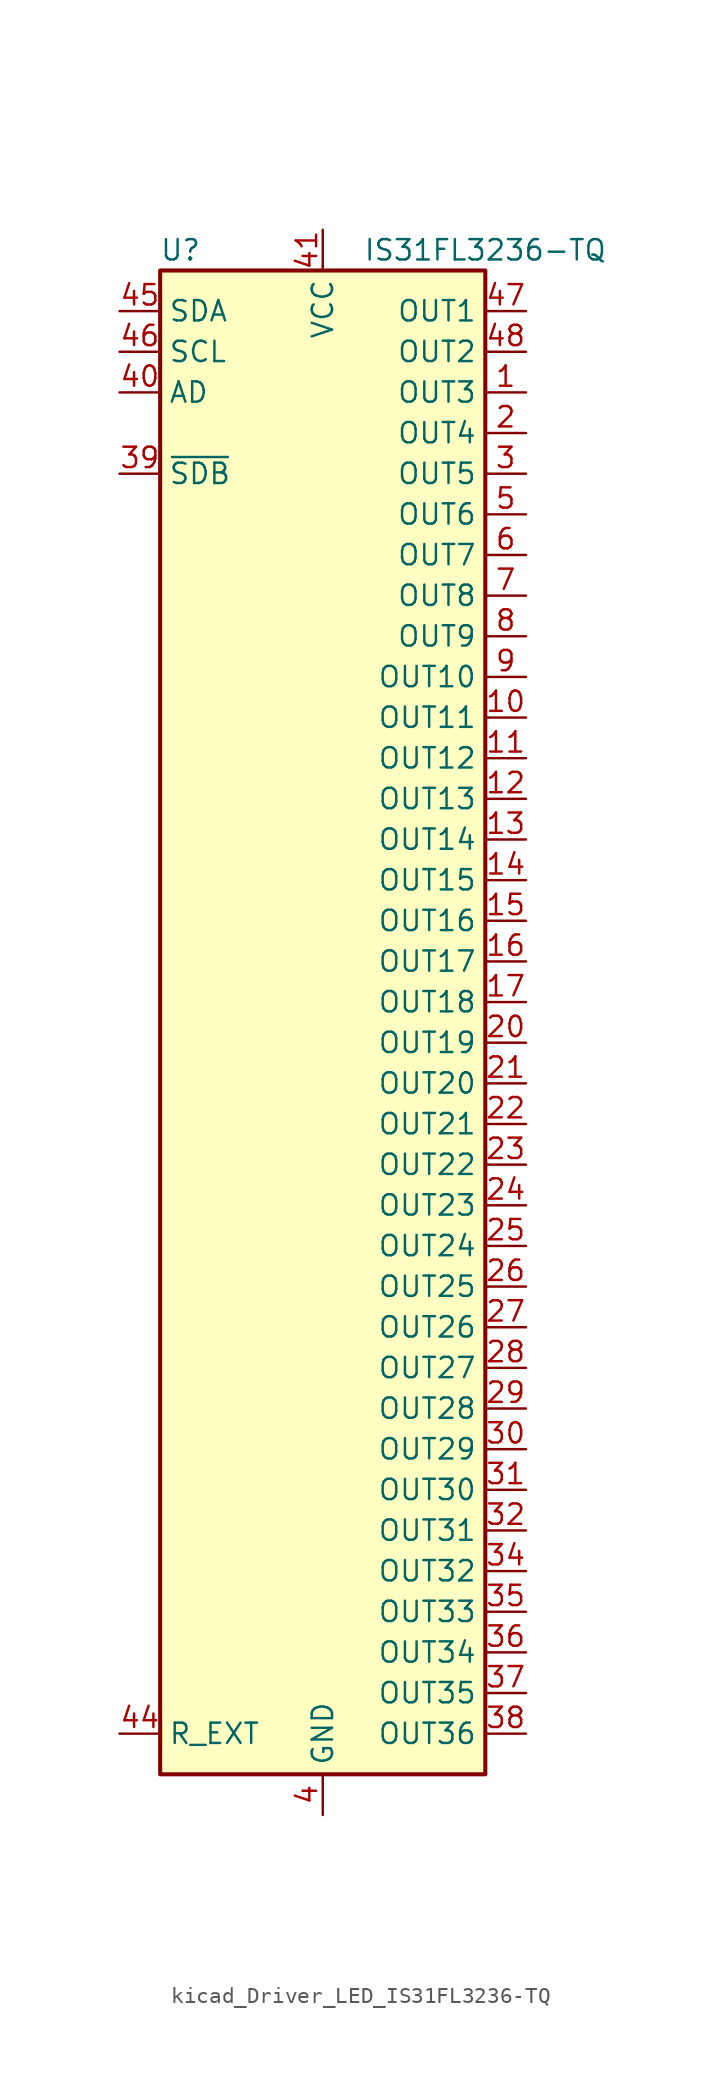
<source format=kicad_sym>
(kicad_symbol_lib
  (version 20220914)
  (generator kicad_symbol_editor)
  (symbol "kicad_Driver_LED_IS31FL3236-TQ"
    (property "Reference" "U"
      (at -8.89 46.99 0)
      (effects (font (size 1.27 1.27))))
    (property "Value" "IS31FL3236-TQ"
      (at 10.16 46.99 0)
      (effects (font (size 1.27 1.27))))
    (symbol "kicad_Driver_LED_IS31FL3236-TQ_0_1"
      (rectangle (start -10.16 45.72) (end 10.16 -48.26) (stroke (width 0.254) (type default)) (fill (type background))))
    (symbol "kicad_Driver_LED_IS31FL3236-TQ_1_1"
      (pin output line (at 12.7 38.1 180) (length 2.54) (name "OUT3" (effects (font (size 1.27 1.27)))) (number "1" (effects (font (size 1.27 1.27)))))
      (pin output line (at 12.7 17.78 180) (length 2.54) (name "OUT11" (effects (font (size 1.27 1.27)))) (number "10" (effects (font (size 1.27 1.27)))))
      (pin output line (at 12.7 15.24 180) (length 2.54) (name "OUT12" (effects (font (size 1.27 1.27)))) (number "11" (effects (font (size 1.27 1.27)))))
      (pin output line (at 12.7 12.7 180) (length 2.54) (name "OUT13" (effects (font (size 1.27 1.27)))) (number "12" (effects (font (size 1.27 1.27)))))
      (pin output line (at 12.7 10.16 180) (length 2.54) (name "OUT14" (effects (font (size 1.27 1.27)))) (number "13" (effects (font (size 1.27 1.27)))))
      (pin output line (at 12.7 7.62 180) (length 2.54) (name "OUT15" (effects (font (size 1.27 1.27)))) (number "14" (effects (font (size 1.27 1.27)))))
      (pin output line (at 12.7 5.08 180) (length 2.54) (name "OUT16" (effects (font (size 1.27 1.27)))) (number "15" (effects (font (size 1.27 1.27)))))
      (pin output line (at 12.7 2.54 180) (length 2.54) (name "OUT17" (effects (font (size 1.27 1.27)))) (number "16" (effects (font (size 1.27 1.27)))))
      (pin output line (at 12.7 0 180) (length 2.54) (name "OUT18" (effects (font (size 1.27 1.27)))) (number "17" (effects (font (size 1.27 1.27)))))
      (pin passive line (at 0 -50.8 90) (length 2.54) hide (name "GND" (effects (font (size 1.27 1.27)))) (number "18" (effects (font (size 1.27 1.27)))))
      (pin passive line (at 0 -50.8 90) (length 2.54) hide (name "GND" (effects (font (size 1.27 1.27)))) (number "19" (effects (font (size 1.27 1.27)))))
      (pin output line (at 12.7 35.56 180) (length 2.54) (name "OUT4" (effects (font (size 1.27 1.27)))) (number "2" (effects (font (size 1.27 1.27)))))
      (pin output line (at 12.7 -2.54 180) (length 2.54) (name "OUT19" (effects (font (size 1.27 1.27)))) (number "20" (effects (font (size 1.27 1.27)))))
      (pin output line (at 12.7 -5.08 180) (length 2.54) (name "OUT20" (effects (font (size 1.27 1.27)))) (number "21" (effects (font (size 1.27 1.27)))))
      (pin output line (at 12.7 -7.62 180) (length 2.54) (name "OUT21" (effects (font (size 1.27 1.27)))) (number "22" (effects (font (size 1.27 1.27)))))
      (pin output line (at 12.7 -10.16 180) (length 2.54) (name "OUT22" (effects (font (size 1.27 1.27)))) (number "23" (effects (font (size 1.27 1.27)))))
      (pin output line (at 12.7 -12.7 180) (length 2.54) (name "OUT23" (effects (font (size 1.27 1.27)))) (number "24" (effects (font (size 1.27 1.27)))))
      (pin output line (at 12.7 -15.24 180) (length 2.54) (name "OUT24" (effects (font (size 1.27 1.27)))) (number "25" (effects (font (size 1.27 1.27)))))
      (pin output line (at 12.7 -17.78 180) (length 2.54) (name "OUT25" (effects (font (size 1.27 1.27)))) (number "26" (effects (font (size 1.27 1.27)))))
      (pin output line (at 12.7 -20.32 180) (length 2.54) (name "OUT26" (effects (font (size 1.27 1.27)))) (number "27" (effects (font (size 1.27 1.27)))))
      (pin output line (at 12.7 -22.86 180) (length 2.54) (name "OUT27" (effects (font (size 1.27 1.27)))) (number "28" (effects (font (size 1.27 1.27)))))
      (pin output line (at 12.7 -25.4 180) (length 2.54) (name "OUT28" (effects (font (size 1.27 1.27)))) (number "29" (effects (font (size 1.27 1.27)))))
      (pin output line (at 12.7 33.02 180) (length 2.54) (name "OUT5" (effects (font (size 1.27 1.27)))) (number "3" (effects (font (size 1.27 1.27)))))
      (pin output line (at 12.7 -27.94 180) (length 2.54) (name "OUT29" (effects (font (size 1.27 1.27)))) (number "30" (effects (font (size 1.27 1.27)))))
      (pin output line (at 12.7 -30.48 180) (length 2.54) (name "OUT30" (effects (font (size 1.27 1.27)))) (number "31" (effects (font (size 1.27 1.27)))))
      (pin output line (at 12.7 -33.02 180) (length 2.54) (name "OUT31" (effects (font (size 1.27 1.27)))) (number "32" (effects (font (size 1.27 1.27)))))
      (pin passive line (at 0 -50.8 90) (length 2.54) hide (name "GND" (effects (font (size 1.27 1.27)))) (number "33" (effects (font (size 1.27 1.27)))))
      (pin output line (at 12.7 -35.56 180) (length 2.54) (name "OUT32" (effects (font (size 1.27 1.27)))) (number "34" (effects (font (size 1.27 1.27)))))
      (pin output line (at 12.7 -38.1 180) (length 2.54) (name "OUT33" (effects (font (size 1.27 1.27)))) (number "35" (effects (font (size 1.27 1.27)))))
      (pin output line (at 12.7 -40.64 180) (length 2.54) (name "OUT34" (effects (font (size 1.27 1.27)))) (number "36" (effects (font (size 1.27 1.27)))))
      (pin output line (at 12.7 -43.18 180) (length 2.54) (name "OUT35" (effects (font (size 1.27 1.27)))) (number "37" (effects (font (size 1.27 1.27)))))
      (pin output line (at 12.7 -45.72 180) (length 2.54) (name "OUT36" (effects (font (size 1.27 1.27)))) (number "38" (effects (font (size 1.27 1.27)))))
      (pin input line (at -12.7 33.02 0) (length 2.54) (name "~{SDB}" (effects (font (size 1.27 1.27)))) (number "39" (effects (font (size 1.27 1.27)))))
      (pin power_in line (at 0 -50.8 90) (length 2.54) (name "GND" (effects (font (size 1.27 1.27)))) (number "4" (effects (font (size 1.27 1.27)))))
      (pin input line (at -12.7 38.1 0) (length 2.54) (name "AD" (effects (font (size 1.27 1.27)))) (number "40" (effects (font (size 1.27 1.27)))))
      (pin power_in line (at 0 48.26 270) (length 2.54) (name "VCC" (effects (font (size 1.27 1.27)))) (number "41" (effects (font (size 1.27 1.27)))))
      (pin passive line (at 0 -50.8 90) (length 2.54) hide (name "GND" (effects (font (size 1.27 1.27)))) (number "42" (effects (font (size 1.27 1.27)))))
      (pin passive line (at 0 -50.8 90) (length 2.54) hide (name "GND" (effects (font (size 1.27 1.27)))) (number "43" (effects (font (size 1.27 1.27)))))
      (pin passive line (at -12.7 -45.72 0) (length 2.54) (name "R_EXT" (effects (font (size 1.27 1.27)))) (number "44" (effects (font (size 1.27 1.27)))))
      (pin open_collector line (at -12.7 43.18 0) (length 2.54) (name "SDA" (effects (font (size 1.27 1.27)))) (number "45" (effects (font (size 1.27 1.27)))))
      (pin input line (at -12.7 40.64 0) (length 2.54) (name "SCL" (effects (font (size 1.27 1.27)))) (number "46" (effects (font (size 1.27 1.27)))))
      (pin output line (at 12.7 43.18 180) (length 2.54) (name "OUT1" (effects (font (size 1.27 1.27)))) (number "47" (effects (font (size 1.27 1.27)))))
      (pin output line (at 12.7 40.64 180) (length 2.54) (name "OUT2" (effects (font (size 1.27 1.27)))) (number "48" (effects (font (size 1.27 1.27)))))
      (pin passive line (at 0 -50.8 90) (length 2.54) hide (name "GND" (effects (font (size 1.27 1.27)))) (number "49" (effects (font (size 1.27 1.27)))))
      (pin output line (at 12.7 30.48 180) (length 2.54) (name "OUT6" (effects (font (size 1.27 1.27)))) (number "5" (effects (font (size 1.27 1.27)))))
      (pin output line (at 12.7 27.94 180) (length 2.54) (name "OUT7" (effects (font (size 1.27 1.27)))) (number "6" (effects (font (size 1.27 1.27)))))
      (pin output line (at 12.7 25.4 180) (length 2.54) (name "OUT8" (effects (font (size 1.27 1.27)))) (number "7" (effects (font (size 1.27 1.27)))))
      (pin output line (at 12.7 22.86 180) (length 2.54) (name "OUT9" (effects (font (size 1.27 1.27)))) (number "8" (effects (font (size 1.27 1.27)))))
      (pin output line (at 12.7 20.32 180) (length 2.54) (name "OUT10" (effects (font (size 1.27 1.27)))) (number "9" (effects (font (size 1.27 1.27))))))))
</source>
